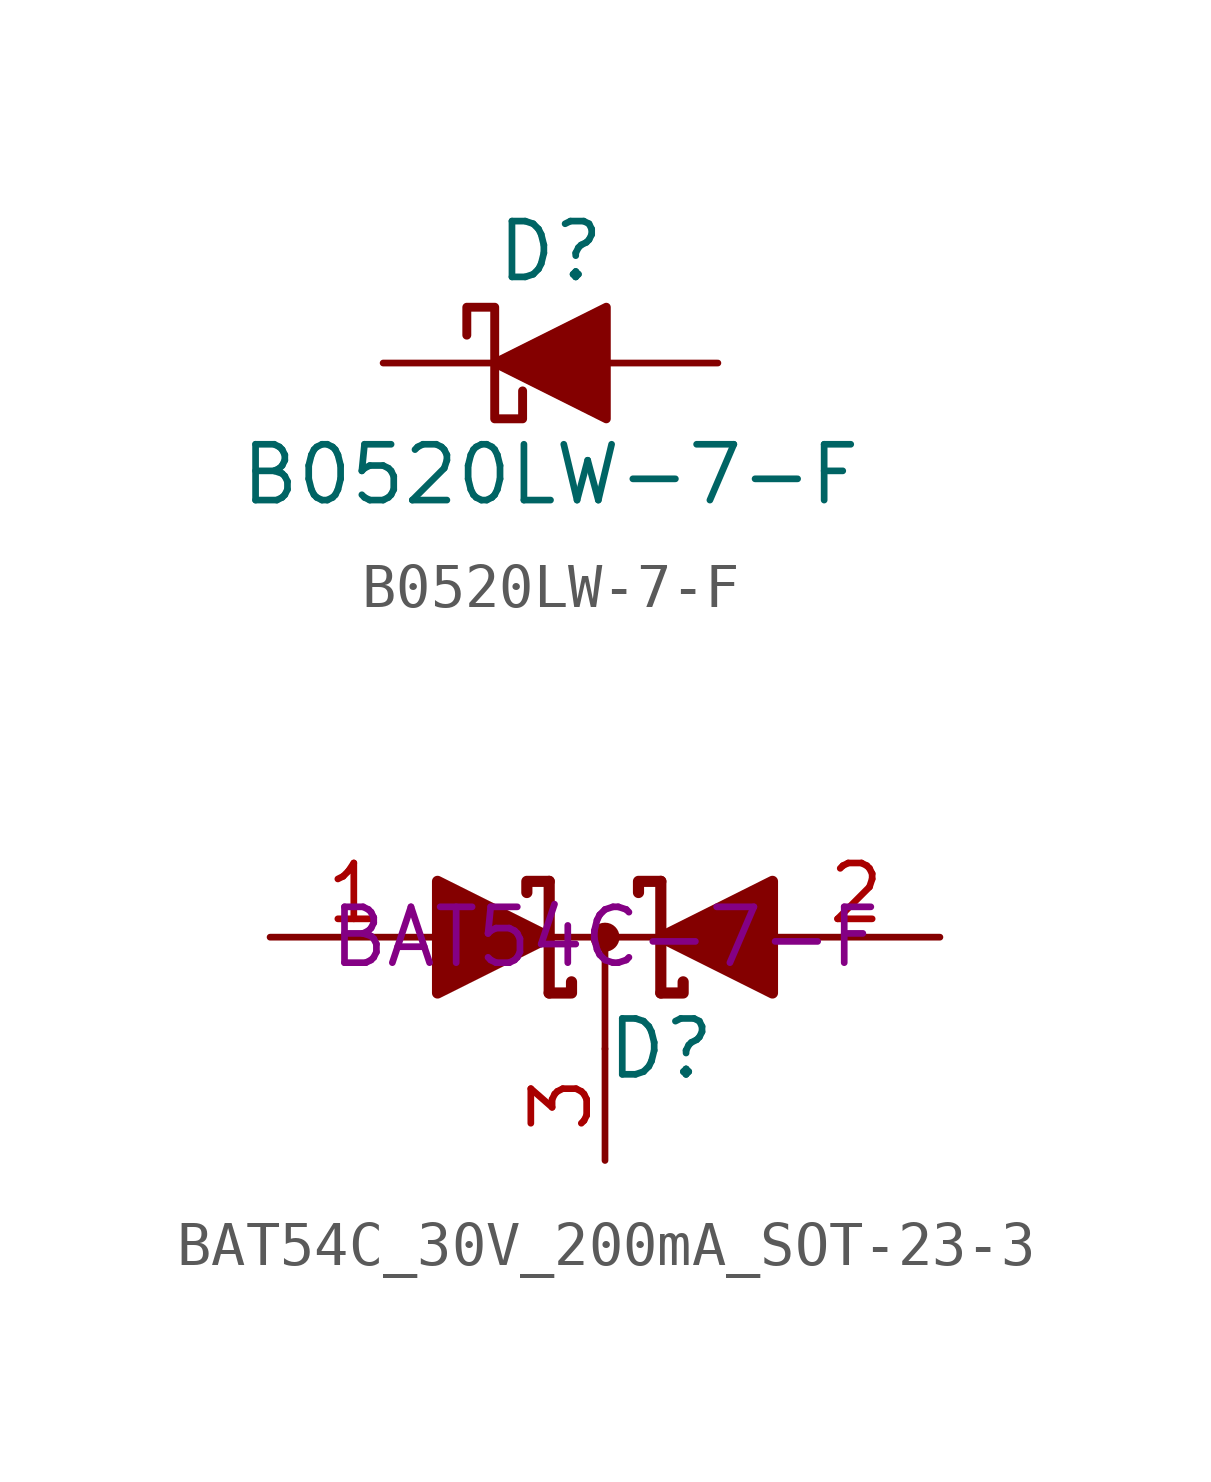
<source format=kicad_sym>
(kicad_symbol_lib
  (version 20211014)
  (generator kicad_symbol_editor)
  (symbol "B0520LW-7-F"
    (pin_numbers hide)
    (pin_names
      (offset 1.016) hide)
    (property "Reference" "D"
      (at 0 2.54 0)
      (effects (font (size 1.27 1.27))))
    (property "Value" "B0520LW-7-F"
      (at 0 -2.54 0)
      (effects (font (size 1.27 1.27))))
    (symbol "B0520LW-7-F_0_1"
      (polyline (pts (xy 1.27 1.27) (xy 1.27 -1.27) (xy -1.27 0) (xy 1.27 1.27)) (stroke (width 0.203) (type default) (color 0 0 0 0)) (fill (type outline)))
      (polyline (pts (xy -1.905 0.635) (xy -1.905 1.27) (xy -1.27 1.27) (xy -1.27 -1.27) (xy -0.635 -1.27) (xy -0.635 -0.635)) (stroke (width 0.203) (type default) (color 0 0 0 0)) (fill (type none))))
    (symbol "B0520LW-7-F_1_1"
      (pin passive line (at -3.81 0 0) (length 2.54) (name "K" (effects (font (size 1.27 1.27)))) (number "1" (effects (font (size 1.27 1.27)))))
      (pin passive line (at 3.81 0 180) (length 2.54) (name "A" (effects (font (size 1.27 1.27)))) (number "2" (effects (font (size 1.27 1.27)))))))
  (symbol "BAT54C_30V_200mA_SOT-23-3"
    (pin_names
      (offset 0.762) hide)
    (property "Reference" "D"
      (at 1.27 -2.54 0)
      (effects (font (size 1.27 1.27))))
    (property "Manufacturer Part Number" "BAT54C-7-F"
      (at 0 0 0)
      (effects (font (size 1.27 1.27))))
    (symbol "BAT54C_30V_200mA_SOT-23-3_0_1"
      (polyline (pts (xy -3.81 0) (xy 3.81 0)) (stroke (width 0) (type default) (color 0 0 0 0)) (fill (type none)))
      (polyline (pts (xy 0 0) (xy 0 -2.54)) (stroke (width 0) (type default) (color 0 0 0 0)) (fill (type none)))
      (polyline (pts (xy -1.27 -1.27) (xy -1.27 1.27) (xy -1.27 1.27)) (stroke (width 0.254) (type default) (color 0 0 0 0)) (fill (type none)))
      (polyline (pts (xy 1.27 -1.27) (xy 1.27 1.27) (xy 1.27 1.27)) (stroke (width 0.254) (type default) (color 0 0 0 0)) (fill (type none)))
      (polyline (pts (xy -1.27 -1.27) (xy -0.762 -1.27) (xy -0.762 -1.016) (xy -0.762 -1.016)) (stroke (width 0.254) (type default) (color 0 0 0 0)) (fill (type none)))
      (polyline (pts (xy 1.27 -1.27) (xy 1.778 -1.27) (xy 1.778 -1.016) (xy 1.778 -1.016)) (stroke (width 0.254) (type default) (color 0 0 0 0)) (fill (type none)))
      (polyline (pts (xy 1.27 1.27) (xy 0.762 1.27) (xy 0.762 1.016) (xy 0.762 1.016)) (stroke (width 0.254) (type default) (color 0 0 0 0)) (fill (type none)))
      (polyline (pts (xy -1.778 1.016) (xy -1.778 1.27) (xy -1.27 1.27) (xy -1.27 1.27) (xy -1.27 1.27)) (stroke (width 0.254) (type default) (color 0 0 0 0)) (fill (type none)))
      (polyline (pts (xy -3.81 1.27) (xy -1.27 0) (xy -3.81 -1.27) (xy -3.81 1.27) (xy -3.81 1.27) (xy -3.81 1.27)) (stroke (width 0.254) (type default) (color 0 0 0 0)) (fill (type outline)))
      (polyline (pts (xy 3.81 -1.27) (xy 1.27 0) (xy 3.81 1.27) (xy 3.81 -1.27) (xy 3.81 -1.27) (xy 3.81 -1.27)) (stroke (width 0.254) (type default) (color 0 0 0 0)) (fill (type outline)))
      (circle (center 0 0) (radius 0.254) (stroke (width 0) (type default) (color 0 0 0 0)) (fill (type outline)))
      (pin passive line (at -7.62 0 0) (length 3.81) (name "A" (effects (font (size 1.27 1.27)))) (number "1" (effects (font (size 1.27 1.27)))))
      (pin passive line (at 7.62 0 180) (length 3.81) (name "A" (effects (font (size 1.27 1.27)))) (number "2" (effects (font (size 1.27 1.27)))))
      (pin passive line (at 0 -5.08 90) (length 2.54) (name "K" (effects (font (size 1.27 1.27)))) (number "3" (effects (font (size 1.27 1.27))))))))
</source>
